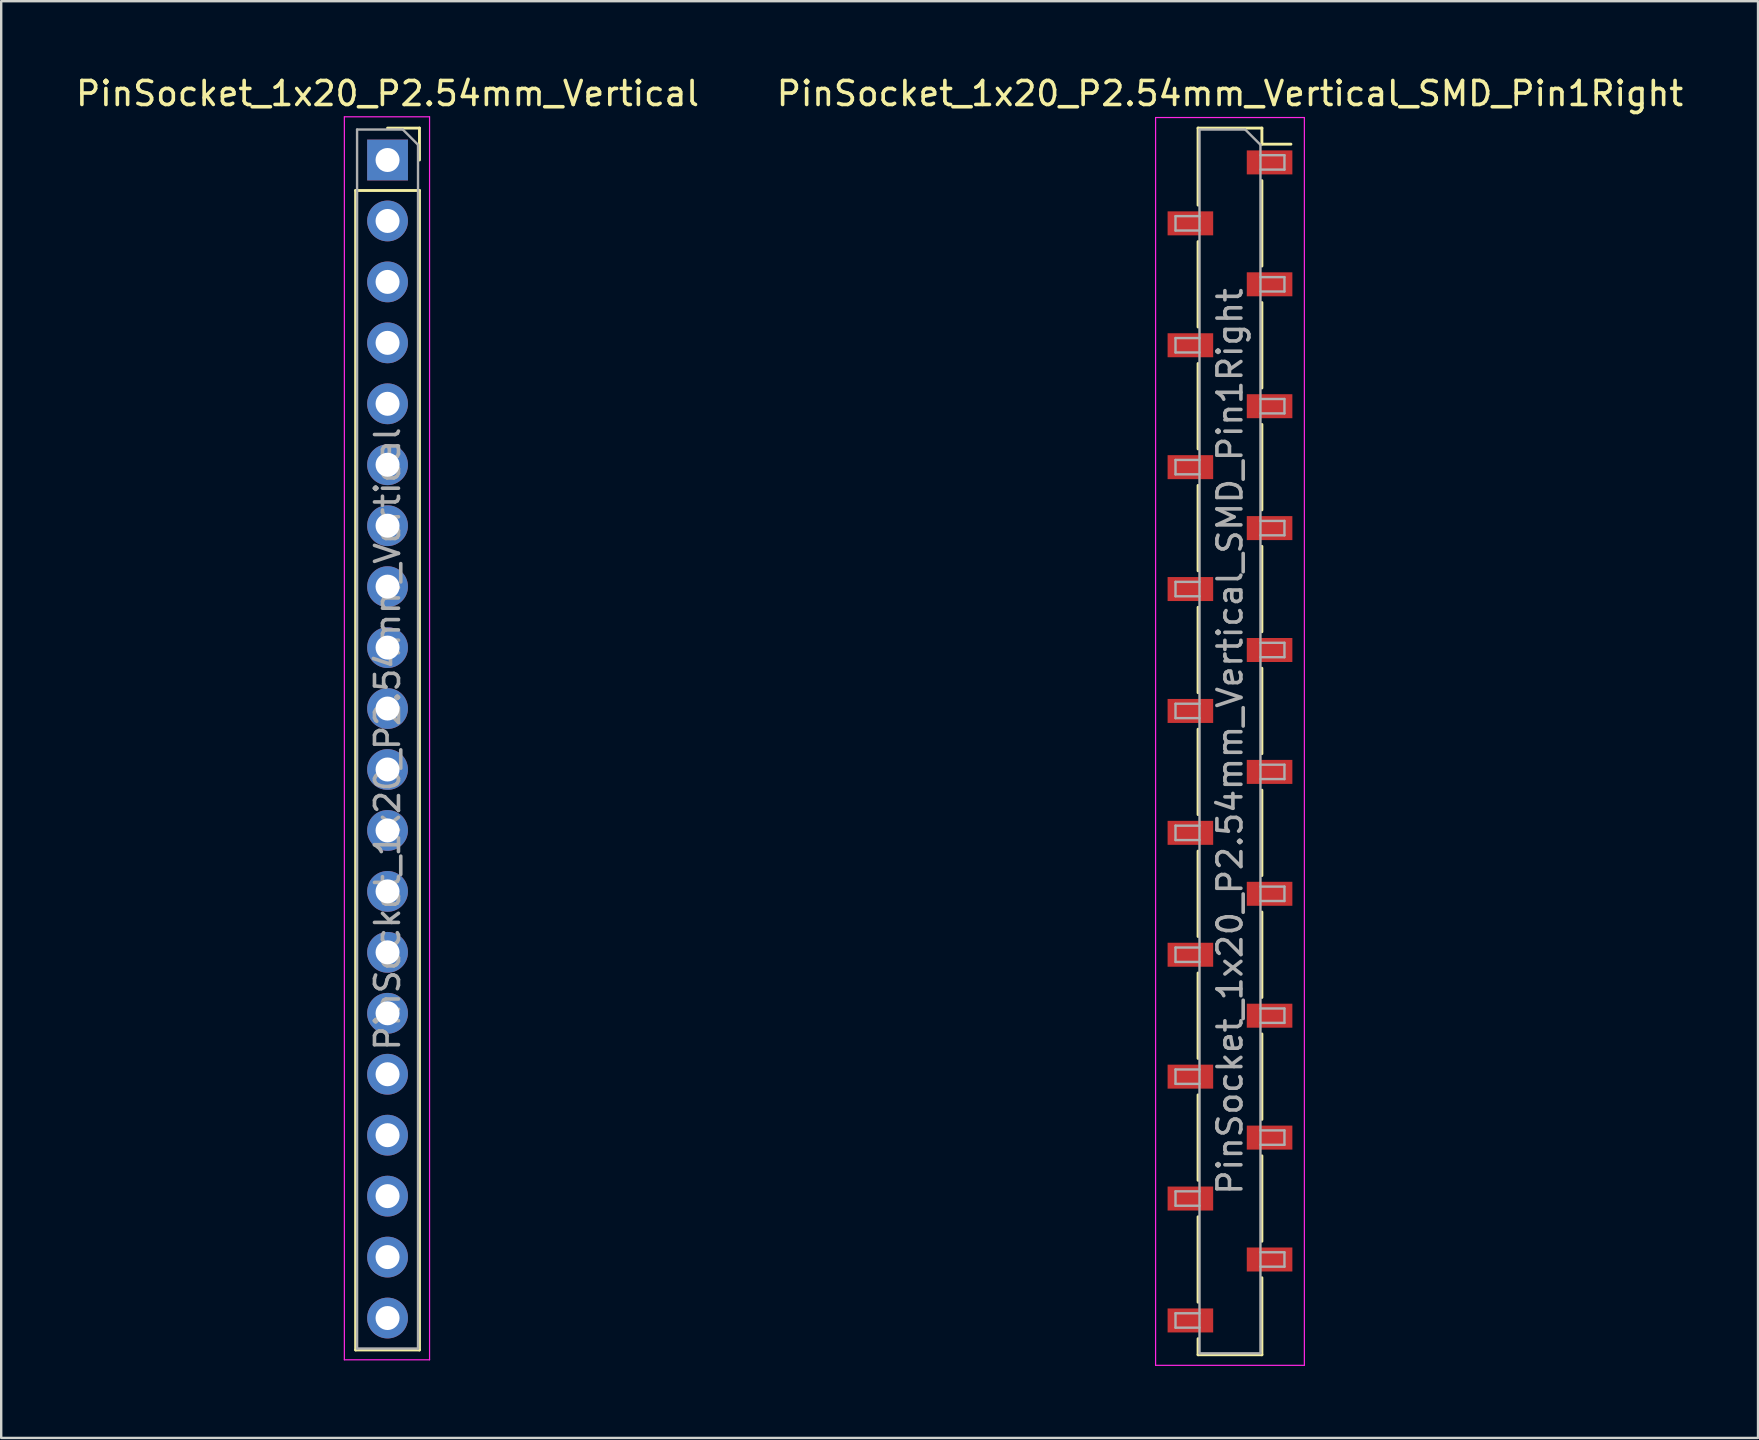
<source format=kicad_pcb>
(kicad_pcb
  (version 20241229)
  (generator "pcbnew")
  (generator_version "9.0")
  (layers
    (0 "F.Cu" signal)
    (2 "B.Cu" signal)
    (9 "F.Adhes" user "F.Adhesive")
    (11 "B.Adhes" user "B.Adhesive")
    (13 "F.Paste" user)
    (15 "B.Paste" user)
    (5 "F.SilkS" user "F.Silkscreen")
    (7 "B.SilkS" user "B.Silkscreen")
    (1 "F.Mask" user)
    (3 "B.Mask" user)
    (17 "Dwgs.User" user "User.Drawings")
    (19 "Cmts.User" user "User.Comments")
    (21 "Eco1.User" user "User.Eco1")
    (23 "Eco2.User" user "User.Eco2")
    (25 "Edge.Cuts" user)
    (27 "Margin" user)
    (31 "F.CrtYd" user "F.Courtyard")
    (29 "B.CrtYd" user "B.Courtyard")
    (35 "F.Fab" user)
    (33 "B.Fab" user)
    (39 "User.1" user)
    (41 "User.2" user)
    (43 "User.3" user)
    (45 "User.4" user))
  (footprint "PinSocket_1x20_P2.54mm_Vertical"
    (layer "F.Cu")
    (at 13.101 3.618)
    (property "Reference" "PinSocket_1x20_P2.54mm_Vertical" (at 0 -2.77 0) (layer "F.SilkS") (effects (font (size 1 1) (thickness 0.15))))
    (attr through_hole)
    (fp_line (start -1.33 1.27) (end -1.33 49.59) (stroke (width 0.12) (type solid)) (layer "F.SilkS"))
    (fp_line (start -1.33 1.27) (end 1.33 1.27) (stroke (width 0.12) (type solid)) (layer "F.SilkS"))
    (fp_line (start -1.33 49.59) (end 1.33 49.59) (stroke (width 0.12) (type solid)) (layer "F.SilkS"))
    (fp_line (start 0 -1.33) (end 1.33 -1.33) (stroke (width 0.12) (type solid)) (layer "F.SilkS"))
    (fp_line (start 1.33 -1.33) (end 1.33 0) (stroke (width 0.12) (type solid)) (layer "F.SilkS"))
    (fp_line (start 1.33 1.27) (end 1.33 49.59) (stroke (width 0.12) (type solid)) (layer "F.SilkS"))
    (fp_line (start -1.8 -1.8) (end 1.75 -1.8) (stroke (width 0.05) (type solid)) (layer "F.CrtYd"))
    (fp_line (start -1.8 50) (end -1.8 -1.8) (stroke (width 0.05) (type solid)) (layer "F.CrtYd"))
    (fp_line (start 1.75 -1.8) (end 1.75 50) (stroke (width 0.05) (type solid)) (layer "F.CrtYd"))
    (fp_line (start 1.75 50) (end -1.8 50) (stroke (width 0.05) (type solid)) (layer "F.CrtYd"))
    (fp_line (start -1.27 -1.27) (end 0.635 -1.27) (stroke (width 0.1) (type solid)) (layer "F.Fab"))
    (fp_line (start -1.27 49.53) (end -1.27 -1.27) (stroke (width 0.1) (type solid)) (layer "F.Fab"))
    (fp_line (start 0.635 -1.27) (end 1.27 -0.635) (stroke (width 0.1) (type solid)) (layer "F.Fab"))
    (fp_line (start 1.27 -0.635) (end 1.27 49.53) (stroke (width 0.1) (type solid)) (layer "F.Fab"))
    (fp_line (start 1.27 49.53) (end -1.27 49.53) (stroke (width 0.1) (type solid)) (layer "F.Fab"))
    (fp_text user "${REFERENCE}" (at 0 24.13 90) (layer "F.Fab") (effects (font (size 1 1) (thickness 0.15))))
    (pad "1" thru_hole rect (at 0 0) (size 1.7 1.7) (drill 1) (layers "*.Cu" "*.Mask"))
    (pad "2" thru_hole circle (at 0 2.54) (size 1.7 1.7) (drill 1) (layers "*.Cu" "*.Mask"))
    (pad "3" thru_hole circle (at 0 5.08) (size 1.7 1.7) (drill 1) (layers "*.Cu" "*.Mask"))
    (pad "4" thru_hole circle (at 0 7.62) (size 1.7 1.7) (drill 1) (layers "*.Cu" "*.Mask"))
    (pad "5" thru_hole circle (at 0 10.16) (size 1.7 1.7) (drill 1) (layers "*.Cu" "*.Mask"))
    (pad "6" thru_hole circle (at 0 12.7) (size 1.7 1.7) (drill 1) (layers "*.Cu" "*.Mask"))
    (pad "7" thru_hole circle (at 0 15.24) (size 1.7 1.7) (drill 1) (layers "*.Cu" "*.Mask"))
    (pad "8" thru_hole circle (at 0 17.78) (size 1.7 1.7) (drill 1) (layers "*.Cu" "*.Mask"))
    (pad "9" thru_hole circle (at 0 20.32) (size 1.7 1.7) (drill 1) (layers "*.Cu" "*.Mask"))
    (pad "10" thru_hole circle (at 0 22.86) (size 1.7 1.7) (drill 1) (layers "*.Cu" "*.Mask"))
    (pad "11" thru_hole circle (at 0 25.4) (size 1.7 1.7) (drill 1) (layers "*.Cu" "*.Mask"))
    (pad "12" thru_hole circle (at 0 27.94) (size 1.7 1.7) (drill 1) (layers "*.Cu" "*.Mask"))
    (pad "13" thru_hole circle (at 0 30.48) (size 1.7 1.7) (drill 1) (layers "*.Cu" "*.Mask"))
    (pad "14" thru_hole circle (at 0 33.02) (size 1.7 1.7) (drill 1) (layers "*.Cu" "*.Mask"))
    (pad "15" thru_hole circle (at 0 35.56) (size 1.7 1.7) (drill 1) (layers "*.Cu" "*.Mask"))
    (pad "16" thru_hole circle (at 0 38.1) (size 1.7 1.7) (drill 1) (layers "*.Cu" "*.Mask"))
    (pad "17" thru_hole circle (at 0 40.64) (size 1.7 1.7) (drill 1) (layers "*.Cu" "*.Mask"))
    (pad "18" thru_hole circle (at 0 43.18) (size 1.7 1.7) (drill 1) (layers "*.Cu" "*.Mask"))
    (pad "19" thru_hole circle (at 0 45.72) (size 1.7 1.7) (drill 1) (layers "*.Cu" "*.Mask"))
    (pad "20" thru_hole circle (at 0 48.26) (size 1.7 1.7) (drill 1) (layers "*.Cu" "*.Mask")))
  (footprint "PinSocket_1x20_P2.54mm_Vertical_SMD_Pin1Right"
    (layer "F.Cu")
    (at 48.208 27.848)
    (property "Reference" "PinSocket_1x20_P2.54mm_Vertical_SMD_Pin1Right" (at 0 -27 0) (layer "F.SilkS") (effects (font (size 1 1) (thickness 0.15))))
    (attr smd)
    (fp_line (start -1.33 -25.56) (end -1.33 -22.35) (stroke (width 0.12) (type solid)) (layer "F.SilkS"))
    (fp_line (start -1.33 -25.56) (end 1.33 -25.56) (stroke (width 0.12) (type solid)) (layer "F.SilkS"))
    (fp_line (start -1.33 -20.83) (end -1.33 -17.27) (stroke (width 0.12) (type solid)) (layer "F.SilkS"))
    (fp_line (start -1.33 -15.75) (end -1.33 -12.19) (stroke (width 0.12) (type solid)) (layer "F.SilkS"))
    (fp_line (start -1.33 -10.67) (end -1.33 -7.11) (stroke (width 0.12) (type solid)) (layer "F.SilkS"))
    (fp_line (start -1.33 -5.59) (end -1.33 -2.03) (stroke (width 0.12) (type solid)) (layer "F.SilkS"))
    (fp_line (start -1.33 -0.51) (end -1.33 3.05) (stroke (width 0.12) (type solid)) (layer "F.SilkS"))
    (fp_line (start -1.33 4.57) (end -1.33 8.13) (stroke (width 0.12) (type solid)) (layer "F.SilkS"))
    (fp_line (start -1.33 9.65) (end -1.33 13.21) (stroke (width 0.12) (type solid)) (layer "F.SilkS"))
    (fp_line (start -1.33 14.73) (end -1.33 18.29) (stroke (width 0.12) (type solid)) (layer "F.SilkS"))
    (fp_line (start -1.33 19.81) (end -1.33 23.37) (stroke (width 0.12) (type solid)) (layer "F.SilkS"))
    (fp_line (start -1.33 24.89) (end -1.33 25.56) (stroke (width 0.12) (type solid)) (layer "F.SilkS"))
    (fp_line (start -1.33 25.56) (end 1.33 25.56) (stroke (width 0.12) (type solid)) (layer "F.SilkS"))
    (fp_line (start 1.33 -25.56) (end 1.33 -24.89) (stroke (width 0.12) (type solid)) (layer "F.SilkS"))
    (fp_line (start 1.33 -24.89) (end 2.54 -24.89) (stroke (width 0.12) (type solid)) (layer "F.SilkS"))
    (fp_line (start 1.33 -23.37) (end 1.33 -19.81) (stroke (width 0.12) (type solid)) (layer "F.SilkS"))
    (fp_line (start 1.33 -18.29) (end 1.33 -14.73) (stroke (width 0.12) (type solid)) (layer "F.SilkS"))
    (fp_line (start 1.33 -13.21) (end 1.33 -9.65) (stroke (width 0.12) (type solid)) (layer "F.SilkS"))
    (fp_line (start 1.33 -8.13) (end 1.33 -4.57) (stroke (width 0.12) (type solid)) (layer "F.SilkS"))
    (fp_line (start 1.33 -3.05) (end 1.33 0.51) (stroke (width 0.12) (type solid)) (layer "F.SilkS"))
    (fp_line (start 1.33 2.03) (end 1.33 5.59) (stroke (width 0.12) (type solid)) (layer "F.SilkS"))
    (fp_line (start 1.33 7.11) (end 1.33 10.67) (stroke (width 0.12) (type solid)) (layer "F.SilkS"))
    (fp_line (start 1.33 12.19) (end 1.33 15.75) (stroke (width 0.12) (type solid)) (layer "F.SilkS"))
    (fp_line (start 1.33 17.27) (end 1.33 20.83) (stroke (width 0.12) (type solid)) (layer "F.SilkS"))
    (fp_line (start 1.33 22.35) (end 1.33 25.56) (stroke (width 0.12) (type solid)) (layer "F.SilkS"))
    (fp_line (start -3.1 -26) (end 3.1 -26) (stroke (width 0.05) (type solid)) (layer "F.CrtYd"))
    (fp_line (start -3.1 26) (end -3.1 -26) (stroke (width 0.05) (type solid)) (layer "F.CrtYd"))
    (fp_line (start 3.1 -26) (end 3.1 26) (stroke (width 0.05) (type solid)) (layer "F.CrtYd"))
    (fp_line (start 3.1 26) (end -3.1 26) (stroke (width 0.05) (type solid)) (layer "F.CrtYd"))
    (fp_line (start -2.27 -21.89) (end -1.27 -21.89) (stroke (width 0.1) (type solid)) (layer "F.Fab"))
    (fp_line (start -2.27 -21.29) (end -2.27 -21.89) (stroke (width 0.1) (type solid)) (layer "F.Fab"))
    (fp_line (start -2.27 -16.81) (end -1.27 -16.81) (stroke (width 0.1) (type solid)) (layer "F.Fab"))
    (fp_line (start -2.27 -16.21) (end -2.27 -16.81) (stroke (width 0.1) (type solid)) (layer "F.Fab"))
    (fp_line (start -2.27 -11.73) (end -1.27 -11.73) (stroke (width 0.1) (type solid)) (layer "F.Fab"))
    (fp_line (start -2.27 -11.13) (end -2.27 -11.73) (stroke (width 0.1) (type solid)) (layer "F.Fab"))
    (fp_line (start -2.27 -6.65) (end -1.27 -6.65) (stroke (width 0.1) (type solid)) (layer "F.Fab"))
    (fp_line (start -2.27 -6.05) (end -2.27 -6.65) (stroke (width 0.1) (type solid)) (layer "F.Fab"))
    (fp_line (start -2.27 -1.57) (end -1.27 -1.57) (stroke (width 0.1) (type solid)) (layer "F.Fab"))
    (fp_line (start -2.27 -0.97) (end -2.27 -1.57) (stroke (width 0.1) (type solid)) (layer "F.Fab"))
    (fp_line (start -2.27 3.51) (end -1.27 3.51) (stroke (width 0.1) (type solid)) (layer "F.Fab"))
    (fp_line (start -2.27 4.11) (end -2.27 3.51) (stroke (width 0.1) (type solid)) (layer "F.Fab"))
    (fp_line (start -2.27 8.59) (end -1.27 8.59) (stroke (width 0.1) (type solid)) (layer "F.Fab"))
    (fp_line (start -2.27 9.19) (end -2.27 8.59) (stroke (width 0.1) (type solid)) (layer "F.Fab"))
    (fp_line (start -2.27 13.67) (end -1.27 13.67) (stroke (width 0.1) (type solid)) (layer "F.Fab"))
    (fp_line (start -2.27 14.27) (end -2.27 13.67) (stroke (width 0.1) (type solid)) (layer "F.Fab"))
    (fp_line (start -2.27 18.75) (end -1.27 18.75) (stroke (width 0.1) (type solid)) (layer "F.Fab"))
    (fp_line (start -2.27 19.35) (end -2.27 18.75) (stroke (width 0.1) (type solid)) (layer "F.Fab"))
    (fp_line (start -2.27 23.83) (end -1.27 23.83) (stroke (width 0.1) (type solid)) (layer "F.Fab"))
    (fp_line (start -2.27 24.43) (end -2.27 23.83) (stroke (width 0.1) (type solid)) (layer "F.Fab"))
    (fp_line (start -1.27 -25.5) (end 0.635 -25.5) (stroke (width 0.1) (type solid)) (layer "F.Fab"))
    (fp_line (start -1.27 -21.29) (end -2.27 -21.29) (stroke (width 0.1) (type solid)) (layer "F.Fab"))
    (fp_line (start -1.27 -16.21) (end -2.27 -16.21) (stroke (width 0.1) (type solid)) (layer "F.Fab"))
    (fp_line (start -1.27 -11.13) (end -2.27 -11.13) (stroke (width 0.1) (type solid)) (layer "F.Fab"))
    (fp_line (start -1.27 -6.05) (end -2.27 -6.05) (stroke (width 0.1) (type solid)) (layer "F.Fab"))
    (fp_line (start -1.27 -0.97) (end -2.27 -0.97) (stroke (width 0.1) (type solid)) (layer "F.Fab"))
    (fp_line (start -1.27 4.11) (end -2.27 4.11) (stroke (width 0.1) (type solid)) (layer "F.Fab"))
    (fp_line (start -1.27 9.19) (end -2.27 9.19) (stroke (width 0.1) (type solid)) (layer "F.Fab"))
    (fp_line (start -1.27 14.27) (end -2.27 14.27) (stroke (width 0.1) (type solid)) (layer "F.Fab"))
    (fp_line (start -1.27 19.35) (end -2.27 19.35) (stroke (width 0.1) (type solid)) (layer "F.Fab"))
    (fp_line (start -1.27 24.43) (end -2.27 24.43) (stroke (width 0.1) (type solid)) (layer "F.Fab"))
    (fp_line (start -1.27 25.5) (end -1.27 -25.5) (stroke (width 0.1) (type solid)) (layer "F.Fab"))
    (fp_line (start 0.635 -25.5) (end 1.27 -24.865) (stroke (width 0.1) (type solid)) (layer "F.Fab"))
    (fp_line (start 1.27 -24.865) (end 1.27 25.5) (stroke (width 0.1) (type solid)) (layer "F.Fab"))
    (fp_line (start 1.27 -24.43) (end 2.27 -24.43) (stroke (width 0.1) (type solid)) (layer "F.Fab"))
    (fp_line (start 1.27 -19.35) (end 2.27 -19.35) (stroke (width 0.1) (type solid)) (layer "F.Fab"))
    (fp_line (start 1.27 -14.27) (end 2.27 -14.27) (stroke (width 0.1) (type solid)) (layer "F.Fab"))
    (fp_line (start 1.27 -9.19) (end 2.27 -9.19) (stroke (width 0.1) (type solid)) (layer "F.Fab"))
    (fp_line (start 1.27 -4.11) (end 2.27 -4.11) (stroke (width 0.1) (type solid)) (layer "F.Fab"))
    (fp_line (start 1.27 0.97) (end 2.27 0.97) (stroke (width 0.1) (type solid)) (layer "F.Fab"))
    (fp_line (start 1.27 6.05) (end 2.27 6.05) (stroke (width 0.1) (type solid)) (layer "F.Fab"))
    (fp_line (start 1.27 11.13) (end 2.27 11.13) (stroke (width 0.1) (type solid)) (layer "F.Fab"))
    (fp_line (start 1.27 16.21) (end 2.27 16.21) (stroke (width 0.1) (type solid)) (layer "F.Fab"))
    (fp_line (start 1.27 21.29) (end 2.27 21.29) (stroke (width 0.1) (type solid)) (layer "F.Fab"))
    (fp_line (start 1.27 25.5) (end -1.27 25.5) (stroke (width 0.1) (type solid)) (layer "F.Fab"))
    (fp_line (start 2.27 -24.43) (end 2.27 -23.83) (stroke (width 0.1) (type solid)) (layer "F.Fab"))
    (fp_line (start 2.27 -23.83) (end 1.27 -23.83) (stroke (width 0.1) (type solid)) (layer "F.Fab"))
    (fp_line (start 2.27 -19.35) (end 2.27 -18.75) (stroke (width 0.1) (type solid)) (layer "F.Fab"))
    (fp_line (start 2.27 -18.75) (end 1.27 -18.75) (stroke (width 0.1) (type solid)) (layer "F.Fab"))
    (fp_line (start 2.27 -14.27) (end 2.27 -13.67) (stroke (width 0.1) (type solid)) (layer "F.Fab"))
    (fp_line (start 2.27 -13.67) (end 1.27 -13.67) (stroke (width 0.1) (type solid)) (layer "F.Fab"))
    (fp_line (start 2.27 -9.19) (end 2.27 -8.59) (stroke (width 0.1) (type solid)) (layer "F.Fab"))
    (fp_line (start 2.27 -8.59) (end 1.27 -8.59) (stroke (width 0.1) (type solid)) (layer "F.Fab"))
    (fp_line (start 2.27 -4.11) (end 2.27 -3.51) (stroke (width 0.1) (type solid)) (layer "F.Fab"))
    (fp_line (start 2.27 -3.51) (end 1.27 -3.51) (stroke (width 0.1) (type solid)) (layer "F.Fab"))
    (fp_line (start 2.27 0.97) (end 2.27 1.57) (stroke (width 0.1) (type solid)) (layer "F.Fab"))
    (fp_line (start 2.27 1.57) (end 1.27 1.57) (stroke (width 0.1) (type solid)) (layer "F.Fab"))
    (fp_line (start 2.27 6.05) (end 2.27 6.65) (stroke (width 0.1) (type solid)) (layer "F.Fab"))
    (fp_line (start 2.27 6.65) (end 1.27 6.65) (stroke (width 0.1) (type solid)) (layer "F.Fab"))
    (fp_line (start 2.27 11.13) (end 2.27 11.73) (stroke (width 0.1) (type solid)) (layer "F.Fab"))
    (fp_line (start 2.27 11.73) (end 1.27 11.73) (stroke (width 0.1) (type solid)) (layer "F.Fab"))
    (fp_line (start 2.27 16.21) (end 2.27 16.81) (stroke (width 0.1) (type solid)) (layer "F.Fab"))
    (fp_line (start 2.27 16.81) (end 1.27 16.81) (stroke (width 0.1) (type solid)) (layer "F.Fab"))
    (fp_line (start 2.27 21.29) (end 2.27 21.89) (stroke (width 0.1) (type solid)) (layer "F.Fab"))
    (fp_line (start 2.27 21.89) (end 1.27 21.89) (stroke (width 0.1) (type solid)) (layer "F.Fab"))
    (fp_text user "${REFERENCE}" (at 0 0 90) (layer "F.Fab") (effects (font (size 1 1) (thickness 0.15))))
    (pad "1" smd rect (at 1.65 -24.13) (size 1.9 1) (layers "F.Cu" "F.Mask" "F.Paste"))
    (pad "2" smd rect (at -1.65 -21.59) (size 1.9 1) (layers "F.Cu" "F.Mask" "F.Paste"))
    (pad "3" smd rect (at 1.65 -19.05) (size 1.9 1) (layers "F.Cu" "F.Mask" "F.Paste"))
    (pad "4" smd rect (at -1.65 -16.51) (size 1.9 1) (layers "F.Cu" "F.Mask" "F.Paste"))
    (pad "5" smd rect (at 1.65 -13.97) (size 1.9 1) (layers "F.Cu" "F.Mask" "F.Paste"))
    (pad "6" smd rect (at -1.65 -11.43) (size 1.9 1) (layers "F.Cu" "F.Mask" "F.Paste"))
    (pad "7" smd rect (at 1.65 -8.89) (size 1.9 1) (layers "F.Cu" "F.Mask" "F.Paste"))
    (pad "8" smd rect (at -1.65 -6.35) (size 1.9 1) (layers "F.Cu" "F.Mask" "F.Paste"))
    (pad "9" smd rect (at 1.65 -3.81) (size 1.9 1) (layers "F.Cu" "F.Mask" "F.Paste"))
    (pad "10" smd rect (at -1.65 -1.27) (size 1.9 1) (layers "F.Cu" "F.Mask" "F.Paste"))
    (pad "11" smd rect (at 1.65 1.27) (size 1.9 1) (layers "F.Cu" "F.Mask" "F.Paste"))
    (pad "12" smd rect (at -1.65 3.81) (size 1.9 1) (layers "F.Cu" "F.Mask" "F.Paste"))
    (pad "13" smd rect (at 1.65 6.35) (size 1.9 1) (layers "F.Cu" "F.Mask" "F.Paste"))
    (pad "14" smd rect (at -1.65 8.89) (size 1.9 1) (layers "F.Cu" "F.Mask" "F.Paste"))
    (pad "15" smd rect (at 1.65 11.43) (size 1.9 1) (layers "F.Cu" "F.Mask" "F.Paste"))
    (pad "16" smd rect (at -1.65 13.97) (size 1.9 1) (layers "F.Cu" "F.Mask" "F.Paste"))
    (pad "17" smd rect (at 1.65 16.51) (size 1.9 1) (layers "F.Cu" "F.Mask" "F.Paste"))
    (pad "18" smd rect (at -1.65 19.05) (size 1.9 1) (layers "F.Cu" "F.Mask" "F.Paste"))
    (pad "19" smd rect (at 1.65 21.59) (size 1.9 1) (layers "F.Cu" "F.Mask" "F.Paste"))
    (pad "20" smd rect (at -1.65 24.13) (size 1.9 1) (layers "F.Cu" "F.Mask" "F.Paste")))
  (gr_rect
    (start -3 -3)
    (end 70.214 56.873)
    (stroke (width 0.1) (type default))
    (fill no)
    (layer "Edge.Cuts")))
</source>
